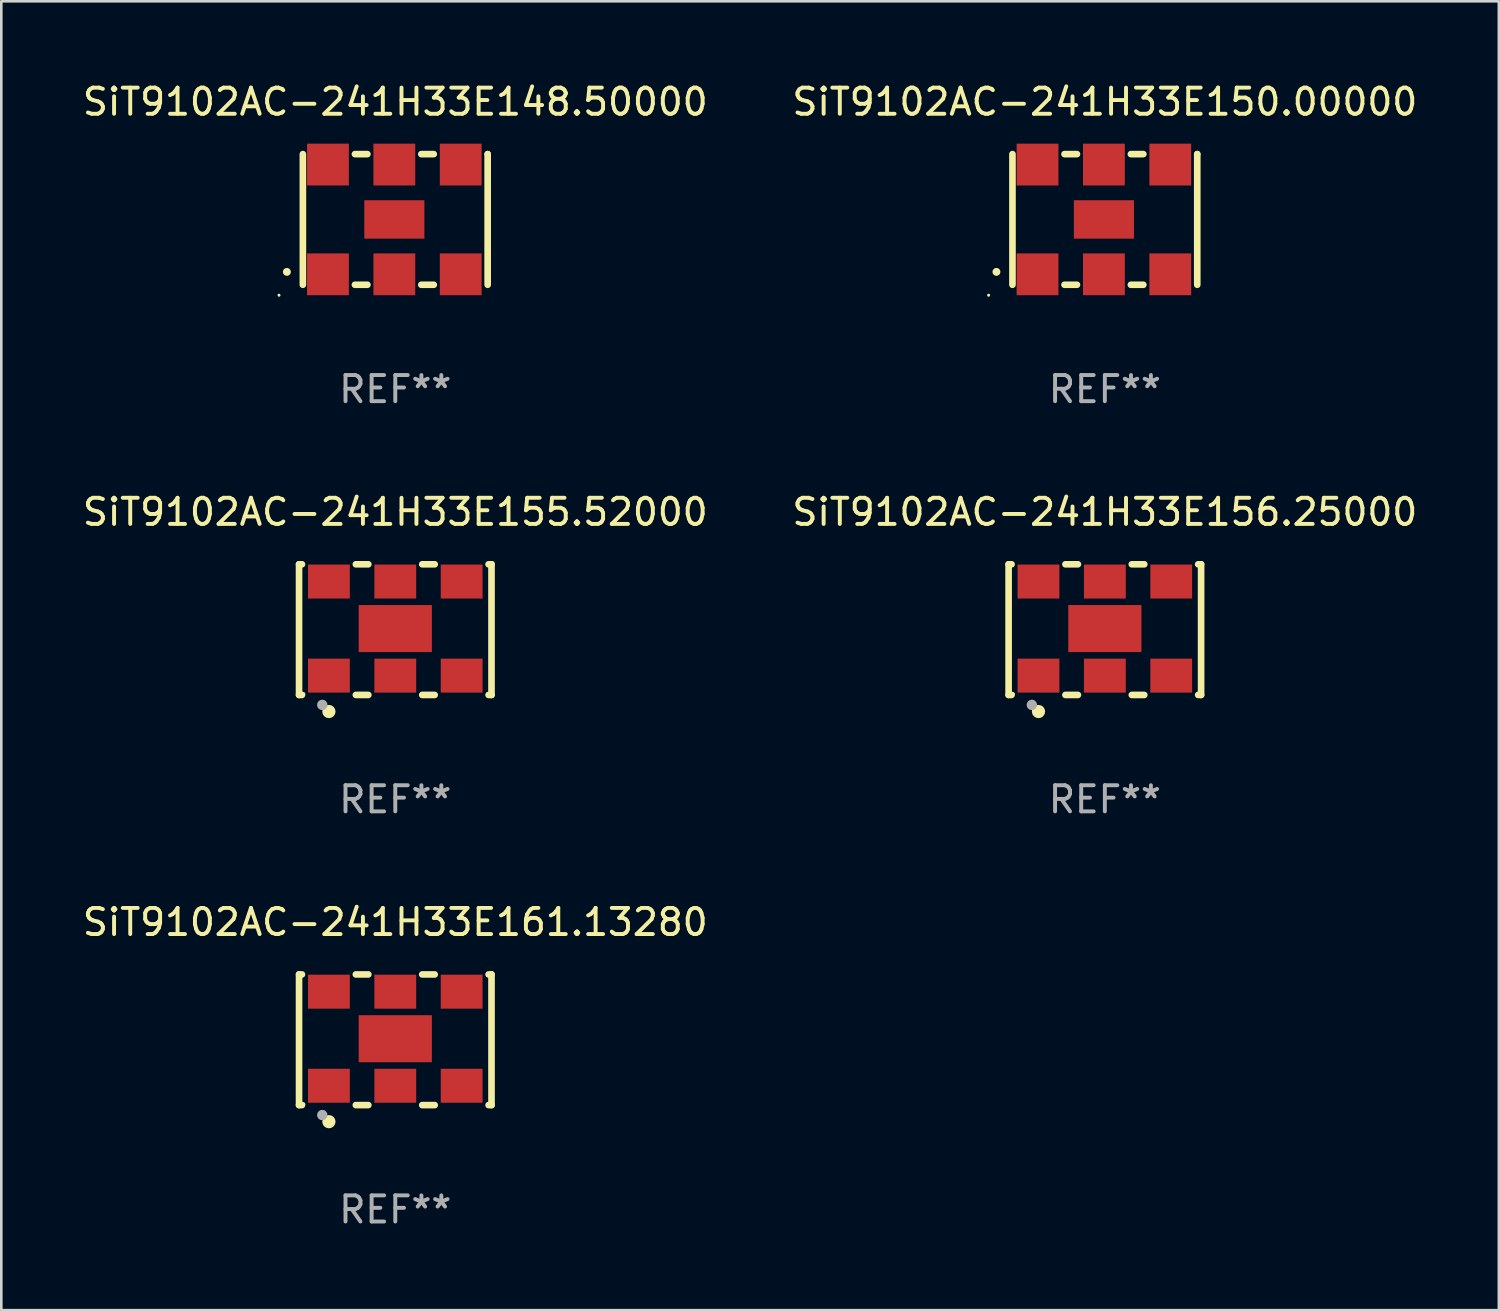
<source format=kicad_pcb>
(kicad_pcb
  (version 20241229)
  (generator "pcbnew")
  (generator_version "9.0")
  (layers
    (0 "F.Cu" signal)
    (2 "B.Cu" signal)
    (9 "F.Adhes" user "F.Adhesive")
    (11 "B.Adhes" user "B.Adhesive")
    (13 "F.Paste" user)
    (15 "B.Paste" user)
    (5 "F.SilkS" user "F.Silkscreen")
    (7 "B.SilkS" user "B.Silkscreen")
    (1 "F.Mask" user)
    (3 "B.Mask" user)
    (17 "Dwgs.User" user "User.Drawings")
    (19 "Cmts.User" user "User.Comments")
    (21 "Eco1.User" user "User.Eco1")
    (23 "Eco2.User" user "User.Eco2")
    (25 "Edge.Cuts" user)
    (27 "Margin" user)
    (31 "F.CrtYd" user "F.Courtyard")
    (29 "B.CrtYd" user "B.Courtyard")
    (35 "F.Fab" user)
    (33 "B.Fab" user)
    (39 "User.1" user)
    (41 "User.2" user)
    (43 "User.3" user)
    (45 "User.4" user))
  (footprint "SiT9102AC-241H33E161.13280"
    (layer "F.Cu")
    (at 12.077 36.741)
    (property "Reference" "SiT9102AC-241H33E161.13280" (at 0 -4.5 0) (layer "F.SilkS") (effects (font (size 1 1) (thickness 0.15))))
    (attr through_hole)
    (fp_line (start -3.683 -2.5) (end -3.571 -2.5) (stroke (width 0.254) (type solid)) (layer "F.SilkS"))
    (fp_line (start -3.683 2.5) (end -3.683 -2.5) (stroke (width 0.254) (type solid)) (layer "F.SilkS"))
    (fp_line (start -3.683 2.5) (end -3.571 2.5) (stroke (width 0.254) (type solid)) (layer "F.SilkS"))
    (fp_line (start -1.509 -2.5) (end -1.031 -2.5) (stroke (width 0.254) (type solid)) (layer "F.SilkS"))
    (fp_line (start -1.509 2.5) (end -1.031 2.5) (stroke (width 0.254) (type solid)) (layer "F.SilkS"))
    (fp_line (start 1.031 -2.5) (end 1.509 -2.5) (stroke (width 0.254) (type solid)) (layer "F.SilkS"))
    (fp_line (start 1.031 2.5) (end 1.509 2.5) (stroke (width 0.254) (type solid)) (layer "F.SilkS"))
    (fp_line (start 3.571 -2.5) (end 3.683 -2.5) (stroke (width 0.254) (type solid)) (layer "F.SilkS"))
    (fp_line (start 3.571 2.5) (end 3.683 2.5) (stroke (width 0.254) (type solid)) (layer "F.SilkS"))
    (fp_line (start 3.683 2.5) (end 3.683 -2.5) (stroke (width 0.254) (type solid)) (layer "F.SilkS"))
    (fp_circle (center -3.5 2.46) (end -3.47 2.46) (stroke (width 0.06) (type solid)) (fill no) (layer "F.SilkS"))
    (fp_circle (center -2.54 3.135) (end -2.413 3.135) (stroke (width 0.254) (type solid)) (fill no) (layer "F.SilkS"))
    (fp_circle (center -2.794 2.881) (end -2.694 2.881) (stroke (width 0.2) (type solid)) (fill no) (layer "F.Fab"))
    (fp_text user "REF**" (at 0 6.5 0) (layer "F.Fab") (effects (font (size 1 1) (thickness 0.15))))
    (pad "1" smd rect (at -2.54 1.76) (size 1.6 1.3) (layers "F.Cu" "F.Mask" "F.Paste"))
    (pad "2" smd rect (at 0 1.76) (size 1.6 1.3) (layers "F.Cu" "F.Mask" "F.Paste"))
    (pad "3" smd rect (at 2.54 1.76) (size 1.6 1.3) (layers "F.Cu" "F.Mask" "F.Paste"))
    (pad "4" smd rect (at 2.54 -1.84) (size 1.6 1.3) (layers "F.Cu" "F.Mask" "F.Paste"))
    (pad "5" smd rect (at 0 -1.84) (size 1.6 1.3) (layers "F.Cu" "F.Mask" "F.Paste"))
    (pad "6" smd rect (at -2.54 -1.84) (size 1.6 1.3) (layers "F.Cu" "F.Mask" "F.Paste"))
    (pad "7" smd rect (at 0 -0.04) (size 2.8 1.8) (layers "F.Cu" "F.Mask" "F.Paste")))
  (footprint "SiT9102AC-241H33E156.25000"
    (layer "F.Cu")
    (at 39.232 21.045)
    (property "Reference" "SiT9102AC-241H33E156.25000" (at 0 -4.5 0) (layer "F.SilkS") (effects (font (size 1 1) (thickness 0.15))))
    (attr through_hole)
    (fp_line (start -3.683 -2.5) (end -3.571 -2.5) (stroke (width 0.254) (type solid)) (layer "F.SilkS"))
    (fp_line (start -3.683 2.5) (end -3.683 -2.5) (stroke (width 0.254) (type solid)) (layer "F.SilkS"))
    (fp_line (start -3.683 2.5) (end -3.571 2.5) (stroke (width 0.254) (type solid)) (layer "F.SilkS"))
    (fp_line (start -1.509 -2.5) (end -1.031 -2.5) (stroke (width 0.254) (type solid)) (layer "F.SilkS"))
    (fp_line (start -1.509 2.5) (end -1.031 2.5) (stroke (width 0.254) (type solid)) (layer "F.SilkS"))
    (fp_line (start 1.031 -2.5) (end 1.509 -2.5) (stroke (width 0.254) (type solid)) (layer "F.SilkS"))
    (fp_line (start 1.031 2.5) (end 1.509 2.5) (stroke (width 0.254) (type solid)) (layer "F.SilkS"))
    (fp_line (start 3.571 -2.5) (end 3.683 -2.5) (stroke (width 0.254) (type solid)) (layer "F.SilkS"))
    (fp_line (start 3.571 2.5) (end 3.683 2.5) (stroke (width 0.254) (type solid)) (layer "F.SilkS"))
    (fp_line (start 3.683 2.5) (end 3.683 -2.5) (stroke (width 0.254) (type solid)) (layer "F.SilkS"))
    (fp_circle (center -3.5 2.46) (end -3.47 2.46) (stroke (width 0.06) (type solid)) (fill no) (layer "F.SilkS"))
    (fp_circle (center -2.54 3.135) (end -2.413 3.135) (stroke (width 0.254) (type solid)) (fill no) (layer "F.SilkS"))
    (fp_circle (center -2.794 2.881) (end -2.694 2.881) (stroke (width 0.2) (type solid)) (fill no) (layer "F.Fab"))
    (fp_text user "REF**" (at 0 6.5 0) (layer "F.Fab") (effects (font (size 1 1) (thickness 0.15))))
    (pad "1" smd rect (at -2.54 1.76) (size 1.6 1.3) (layers "F.Cu" "F.Mask" "F.Paste"))
    (pad "2" smd rect (at 0 1.76) (size 1.6 1.3) (layers "F.Cu" "F.Mask" "F.Paste"))
    (pad "3" smd rect (at 2.54 1.76) (size 1.6 1.3) (layers "F.Cu" "F.Mask" "F.Paste"))
    (pad "4" smd rect (at 2.54 -1.84) (size 1.6 1.3) (layers "F.Cu" "F.Mask" "F.Paste"))
    (pad "5" smd rect (at 0 -1.84) (size 1.6 1.3) (layers "F.Cu" "F.Mask" "F.Paste"))
    (pad "6" smd rect (at -2.54 -1.84) (size 1.6 1.3) (layers "F.Cu" "F.Mask" "F.Paste"))
    (pad "7" smd rect (at 0 -0.04) (size 2.8 1.8) (layers "F.Cu" "F.Mask" "F.Paste")))
  (footprint "SiT9102AC-241H33E150.00000"
    (layer "F.Cu")
    (at 39.232 5.348)
    (property "Reference" "SiT9102AC-241H33E150.00000" (at 0 -4.5 0) (layer "F.SilkS") (effects (font (size 1 1) (thickness 0.15))))
    (attr through_hole)
    (fp_line (start -3.536 -2.5) (end -3.536 2.5) (stroke (width 0.254) (type solid)) (layer "F.SilkS"))
    (fp_line (start -1.544 2.5) (end -1.067 2.5) (stroke (width 0.254) (type solid)) (layer "F.SilkS"))
    (fp_line (start -1.067 -2.5) (end -1.544 -2.5) (stroke (width 0.254) (type solid)) (layer "F.SilkS"))
    (fp_line (start 0.996 2.5) (end 1.473 2.5) (stroke (width 0.254) (type solid)) (layer "F.SilkS"))
    (fp_line (start 1.473 -2.5) (end 0.996 -2.5) (stroke (width 0.254) (type solid)) (layer "F.SilkS"))
    (fp_line (start 3.536 -2.5) (end 3.536 -2.5) (stroke (width 0.254) (type solid)) (layer "F.SilkS"))
    (fp_line (start 3.536 2.5) (end 3.536 -2.5) (stroke (width 0.254) (type solid)) (layer "F.SilkS"))
    (fp_arc (start -4.150432 2.006604) (mid -4.149162 2.006599) (end -4.147892 2.006604) (stroke (width 0.3) (type solid)) (layer "F.SilkS"))
    (fp_circle (center -4.449 2.9) (end -4.419 2.9) (stroke (width 0.06) (type solid)) (fill no) (layer "F.SilkS"))
    (fp_text user "REF**" (at 0 6.5 0) (layer "F.Fab") (effects (font (size 1 1) (thickness 0.15))))
    (pad "1" smd rect (at -2.576 2.1) (size 1.6 1.6) (layers "F.Cu" "F.Mask" "F.Paste"))
    (pad "2" smd rect (at -0.036 2.1) (size 1.6 1.6) (layers "F.Cu" "F.Mask" "F.Paste"))
    (pad "3" smd rect (at 2.504 2.1) (size 1.6 1.6) (layers "F.Cu" "F.Mask" "F.Paste"))
    (pad "4" smd rect (at 2.504 -2.1) (size 1.6 1.6) (layers "F.Cu" "F.Mask" "F.Paste"))
    (pad "5" smd rect (at -0.036 -2.1) (size 1.6 1.6) (layers "F.Cu" "F.Mask" "F.Paste"))
    (pad "6" smd rect (at -2.576 -2.1) (size 1.6 1.6) (layers "F.Cu" "F.Mask" "F.Paste"))
    (pad "7" smd rect (at -0.036 0) (size 2.3 1.47) (layers "F.Cu" "F.Mask" "F.Paste")))
  (footprint "SiT9102AC-241H33E148.50000"
    (layer "F.Cu")
    (at 12.077 5.348)
    (property "Reference" "SiT9102AC-241H33E148.50000" (at 0 -4.5 0) (layer "F.SilkS") (effects (font (size 1 1) (thickness 0.15))))
    (attr through_hole)
    (fp_line (start -3.536 -2.5) (end -3.536 2.5) (stroke (width 0.254) (type solid)) (layer "F.SilkS"))
    (fp_line (start -1.544 2.5) (end -1.067 2.5) (stroke (width 0.254) (type solid)) (layer "F.SilkS"))
    (fp_line (start -1.067 -2.5) (end -1.544 -2.5) (stroke (width 0.254) (type solid)) (layer "F.SilkS"))
    (fp_line (start 0.996 2.5) (end 1.473 2.5) (stroke (width 0.254) (type solid)) (layer "F.SilkS"))
    (fp_line (start 1.473 -2.5) (end 0.996 -2.5) (stroke (width 0.254) (type solid)) (layer "F.SilkS"))
    (fp_line (start 3.536 -2.5) (end 3.536 -2.5) (stroke (width 0.254) (type solid)) (layer "F.SilkS"))
    (fp_line (start 3.536 2.5) (end 3.536 -2.5) (stroke (width 0.254) (type solid)) (layer "F.SilkS"))
    (fp_arc (start -4.150432 2.006604) (mid -4.149162 2.006599) (end -4.147892 2.006604) (stroke (width 0.3) (type solid)) (layer "F.SilkS"))
    (fp_circle (center -4.449 2.9) (end -4.419 2.9) (stroke (width 0.06) (type solid)) (fill no) (layer "F.SilkS"))
    (fp_text user "REF**" (at 0 6.5 0) (layer "F.Fab") (effects (font (size 1 1) (thickness 0.15))))
    (pad "1" smd rect (at -2.576 2.1) (size 1.6 1.6) (layers "F.Cu" "F.Mask" "F.Paste"))
    (pad "2" smd rect (at -0.036 2.1) (size 1.6 1.6) (layers "F.Cu" "F.Mask" "F.Paste"))
    (pad "3" smd rect (at 2.504 2.1) (size 1.6 1.6) (layers "F.Cu" "F.Mask" "F.Paste"))
    (pad "4" smd rect (at 2.504 -2.1) (size 1.6 1.6) (layers "F.Cu" "F.Mask" "F.Paste"))
    (pad "5" smd rect (at -0.036 -2.1) (size 1.6 1.6) (layers "F.Cu" "F.Mask" "F.Paste"))
    (pad "6" smd rect (at -2.576 -2.1) (size 1.6 1.6) (layers "F.Cu" "F.Mask" "F.Paste"))
    (pad "7" smd rect (at -0.036 0) (size 2.3 1.47) (layers "F.Cu" "F.Mask" "F.Paste")))
  (footprint "SiT9102AC-241H33E155.52000"
    (layer "F.Cu")
    (at 12.077 21.045)
    (property "Reference" "SiT9102AC-241H33E155.52000" (at 0 -4.5 0) (layer "F.SilkS") (effects (font (size 1 1) (thickness 0.15))))
    (attr through_hole)
    (fp_line (start -3.683 -2.5) (end -3.571 -2.5) (stroke (width 0.254) (type solid)) (layer "F.SilkS"))
    (fp_line (start -3.683 2.5) (end -3.683 -2.5) (stroke (width 0.254) (type solid)) (layer "F.SilkS"))
    (fp_line (start -3.683 2.5) (end -3.571 2.5) (stroke (width 0.254) (type solid)) (layer "F.SilkS"))
    (fp_line (start -1.509 -2.5) (end -1.031 -2.5) (stroke (width 0.254) (type solid)) (layer "F.SilkS"))
    (fp_line (start -1.509 2.5) (end -1.031 2.5) (stroke (width 0.254) (type solid)) (layer "F.SilkS"))
    (fp_line (start 1.031 -2.5) (end 1.509 -2.5) (stroke (width 0.254) (type solid)) (layer "F.SilkS"))
    (fp_line (start 1.031 2.5) (end 1.509 2.5) (stroke (width 0.254) (type solid)) (layer "F.SilkS"))
    (fp_line (start 3.571 -2.5) (end 3.683 -2.5) (stroke (width 0.254) (type solid)) (layer "F.SilkS"))
    (fp_line (start 3.571 2.5) (end 3.683 2.5) (stroke (width 0.254) (type solid)) (layer "F.SilkS"))
    (fp_line (start 3.683 2.5) (end 3.683 -2.5) (stroke (width 0.254) (type solid)) (layer "F.SilkS"))
    (fp_circle (center -3.5 2.46) (end -3.47 2.46) (stroke (width 0.06) (type solid)) (fill no) (layer "F.SilkS"))
    (fp_circle (center -2.54 3.135) (end -2.413 3.135) (stroke (width 0.254) (type solid)) (fill no) (layer "F.SilkS"))
    (fp_circle (center -2.794 2.881) (end -2.694 2.881) (stroke (width 0.2) (type solid)) (fill no) (layer "F.Fab"))
    (fp_text user "REF**" (at 0 6.5 0) (layer "F.Fab") (effects (font (size 1 1) (thickness 0.15))))
    (pad "1" smd rect (at -2.54 1.76) (size 1.6 1.3) (layers "F.Cu" "F.Mask" "F.Paste"))
    (pad "2" smd rect (at 0 1.76) (size 1.6 1.3) (layers "F.Cu" "F.Mask" "F.Paste"))
    (pad "3" smd rect (at 2.54 1.76) (size 1.6 1.3) (layers "F.Cu" "F.Mask" "F.Paste"))
    (pad "4" smd rect (at 2.54 -1.84) (size 1.6 1.3) (layers "F.Cu" "F.Mask" "F.Paste"))
    (pad "5" smd rect (at 0 -1.84) (size 1.6 1.3) (layers "F.Cu" "F.Mask" "F.Paste"))
    (pad "6" smd rect (at -2.54 -1.84) (size 1.6 1.3) (layers "F.Cu" "F.Mask" "F.Paste"))
    (pad "7" smd rect (at 0 -0.04) (size 2.8 1.8) (layers "F.Cu" "F.Mask" "F.Paste")))
  (gr_rect
    (start -3 -3)
    (end 54.31 47.09)
    (stroke (width 0.1) (type default))
    (fill no)
    (layer "Edge.Cuts")))
</source>
